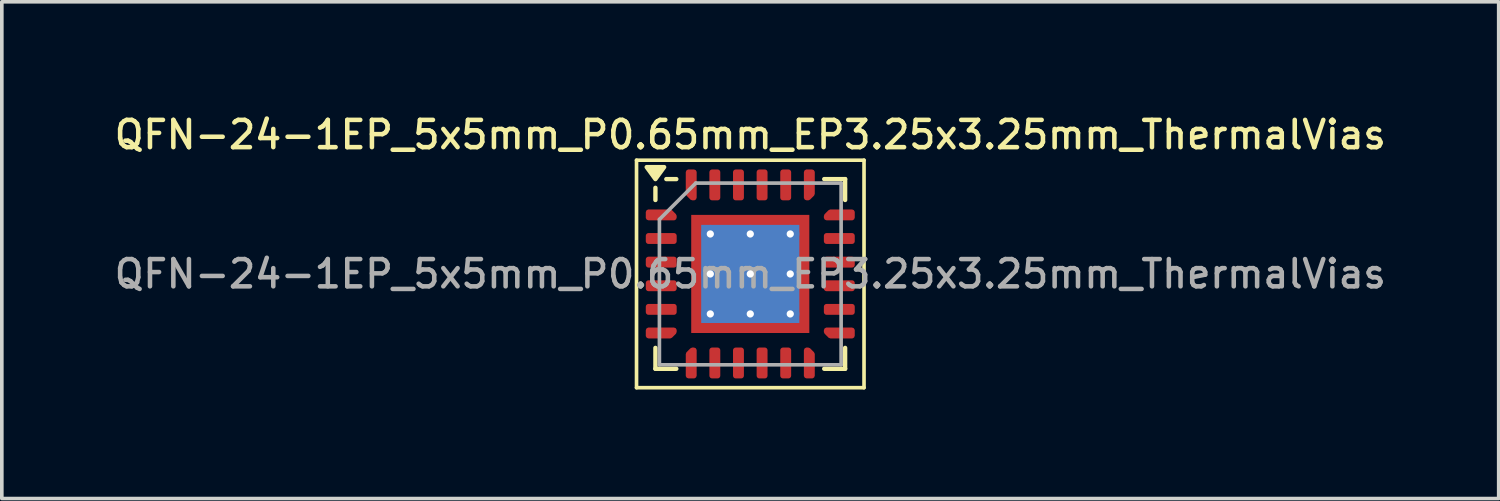
<source format=kicad_pcb>
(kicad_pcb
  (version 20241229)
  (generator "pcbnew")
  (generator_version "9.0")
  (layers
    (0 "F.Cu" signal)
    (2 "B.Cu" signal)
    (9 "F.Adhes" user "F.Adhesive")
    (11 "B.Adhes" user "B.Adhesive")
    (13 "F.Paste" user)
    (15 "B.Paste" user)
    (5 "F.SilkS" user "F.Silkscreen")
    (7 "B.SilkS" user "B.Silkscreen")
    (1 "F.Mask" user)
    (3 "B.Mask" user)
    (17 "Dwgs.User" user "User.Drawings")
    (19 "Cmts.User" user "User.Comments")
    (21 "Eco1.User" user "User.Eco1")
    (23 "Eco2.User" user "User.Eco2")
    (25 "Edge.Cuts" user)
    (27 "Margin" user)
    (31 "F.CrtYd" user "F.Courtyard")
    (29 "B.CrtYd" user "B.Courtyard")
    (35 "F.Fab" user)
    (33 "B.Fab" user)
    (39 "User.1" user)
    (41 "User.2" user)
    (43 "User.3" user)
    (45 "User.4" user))
  (footprint "QFN-24-1EP_5x5mm_P0.65mm_EP3.25x3.25mm_ThermalVias"
    (layer "F.Cu")
    (at 17.595 4.488)
    (property "Reference" "QFN-24-1EP_5x5mm_P0.65mm_EP3.25x3.25mm_ThermalVias" (at 0 -3.83 0) (layer "F.SilkS") (effects (font (size 0.75 0.75) (thickness 0.125))))
    (attr smd)
    (fp_line (start -3.13 -3.13) (end -3.13 3.13) (stroke (width 0.1) (type solid)) (layer "F.SilkS"))
    (fp_line (start -3.13 3.13) (end 3.13 3.13) (stroke (width 0.1) (type solid)) (layer "F.SilkS"))
    (fp_line (start -2.61 -2.035) (end -2.61 -2.37) (stroke (width 0.12) (type solid)) (layer "F.SilkS"))
    (fp_line (start -2.61 2.61) (end -2.61 2.035) (stroke (width 0.12) (type solid)) (layer "F.SilkS"))
    (fp_line (start -2.035 -2.61) (end -2.31 -2.61) (stroke (width 0.12) (type solid)) (layer "F.SilkS"))
    (fp_line (start -2.035 2.61) (end -2.61 2.61) (stroke (width 0.12) (type solid)) (layer "F.SilkS"))
    (fp_line (start 2.035 -2.61) (end 2.61 -2.61) (stroke (width 0.12) (type solid)) (layer "F.SilkS"))
    (fp_line (start 2.035 2.61) (end 2.61 2.61) (stroke (width 0.12) (type solid)) (layer "F.SilkS"))
    (fp_line (start 2.61 -2.61) (end 2.61 -2.035) (stroke (width 0.12) (type solid)) (layer "F.SilkS"))
    (fp_line (start 2.61 2.61) (end 2.61 2.035) (stroke (width 0.12) (type solid)) (layer "F.SilkS"))
    (fp_line (start 3.13 -3.13) (end -3.13 -3.13) (stroke (width 0.1) (type solid)) (layer "F.SilkS"))
    (fp_line (start 3.13 3.13) (end 3.13 -3.13) (stroke (width 0.1) (type solid)) (layer "F.SilkS"))
    (fp_poly (pts (xy -2.61 -2.61) (xy -2.85 -2.94) (xy -2.37 -2.94) (xy -2.61 -2.61)) (stroke (width 0.12) (type solid)) (fill yes) (layer "F.SilkS"))
    (fp_line (start -2.5 -1.5) (end -1.5 -2.5) (stroke (width 0.1) (type solid)) (layer "F.Fab"))
    (fp_line (start -2.5 2.5) (end -2.5 -1.5) (stroke (width 0.1) (type solid)) (layer "F.Fab"))
    (fp_line (start -1.5 -2.5) (end 2.5 -2.5) (stroke (width 0.1) (type solid)) (layer "F.Fab"))
    (fp_line (start 2.5 -2.5) (end 2.5 2.5) (stroke (width 0.1) (type solid)) (layer "F.Fab"))
    (fp_line (start 2.5 2.5) (end -2.5 2.5) (stroke (width 0.1) (type solid)) (layer "F.Fab"))
    (fp_text user "${REFERENCE}" (at 0 0 0) (layer "F.Fab") (effects (font (size 0.75 0.75) (thickness 0.125))))
    (pad "" smd custom (at -1.363 -1.363) (size 0.295 0.295) (layers "F.Paste") (options (anchor circle)) (primitives (gr_poly (pts (xy -0.106 -0.106) (xy 0.106 -0.106) (xy 0.106 -0.013) (xy -0.013 0.106) (xy -0.106 0.106)) (width 0.212) (fill yes))))
    (pad "" smd custom (at -1.363 -0.55) (size 0.335 0.335) (layers "F.Paste") (options (anchor circle)) (primitives (gr_poly (pts (xy -0.123 -0.355) (xy 0.05 -0.355) (xy 0.123 -0.281) (xy 0.123 0.281) (xy 0.05 0.355) (xy -0.123 0.355)) (width 0.177) (fill yes))))
    (pad "" smd custom (at -1.363 0.55) (size 0.335 0.335) (layers "F.Paste") (options (anchor circle)) (primitives (gr_poly (pts (xy -0.123 -0.355) (xy 0.05 -0.355) (xy 0.123 -0.281) (xy 0.123 0.281) (xy 0.05 0.355) (xy -0.123 0.355)) (width 0.177) (fill yes))))
    (pad "" smd custom (at -1.363 1.363) (size 0.295 0.295) (layers "F.Paste") (options (anchor circle)) (primitives (gr_poly (pts (xy -0.106 -0.106) (xy -0.013 -0.106) (xy 0.106 0.013) (xy 0.106 0.106) (xy -0.106 0.106)) (width 0.212) (fill yes))))
    (pad "" smd custom (at -0.55 -1.363) (size 0.335 0.335) (layers "F.Paste") (options (anchor circle)) (primitives (gr_poly (pts (xy -0.355 -0.123) (xy 0.355 -0.123) (xy 0.355 0.05) (xy 0.281 0.123) (xy -0.281 0.123) (xy -0.355 0.05)) (width 0.177) (fill yes))))
    (pad "" smd roundrect (at -0.55 -0.55) (size 0.887 0.887) (layers "F.Paste") (roundrect_rratio 0.25))
    (pad "" smd roundrect (at -0.55 0.55) (size 0.887 0.887) (layers "F.Paste") (roundrect_rratio 0.25))
    (pad "" smd custom (at -0.55 1.363) (size 0.335 0.335) (layers "F.Paste") (options (anchor circle)) (primitives (gr_poly (pts (xy -0.355 -0.05) (xy -0.281 -0.123) (xy 0.281 -0.123) (xy 0.355 -0.05) (xy 0.355 0.123) (xy -0.355 0.123)) (width 0.177) (fill yes))))
    (pad "" smd custom (at 0.55 -1.363) (size 0.335 0.335) (layers "F.Paste") (options (anchor circle)) (primitives (gr_poly (pts (xy -0.355 -0.123) (xy 0.355 -0.123) (xy 0.355 0.05) (xy 0.281 0.123) (xy -0.281 0.123) (xy -0.355 0.05)) (width 0.177) (fill yes))))
    (pad "" smd roundrect (at 0.55 -0.55) (size 0.887 0.887) (layers "F.Paste") (roundrect_rratio 0.25))
    (pad "" smd roundrect (at 0.55 0.55) (size 0.887 0.887) (layers "F.Paste") (roundrect_rratio 0.25))
    (pad "" smd custom (at 0.55 1.363) (size 0.335 0.335) (layers "F.Paste") (options (anchor circle)) (primitives (gr_poly (pts (xy -0.355 -0.05) (xy -0.281 -0.123) (xy 0.281 -0.123) (xy 0.355 -0.05) (xy 0.355 0.123) (xy -0.355 0.123)) (width 0.177) (fill yes))))
    (pad "" smd custom (at 1.363 -1.363) (size 0.295 0.295) (layers "F.Paste") (options (anchor circle)) (primitives (gr_poly (pts (xy -0.106 -0.106) (xy 0.106 -0.106) (xy 0.106 0.106) (xy 0.013 0.106) (xy -0.106 -0.013)) (width 0.212) (fill yes))))
    (pad "" smd custom (at 1.363 -0.55) (size 0.335 0.335) (layers "F.Paste") (options (anchor circle)) (primitives (gr_poly (pts (xy -0.123 -0.281) (xy -0.05 -0.355) (xy 0.123 -0.355) (xy 0.123 0.355) (xy -0.05 0.355) (xy -0.123 0.281)) (width 0.177) (fill yes))))
    (pad "" smd custom (at 1.363 0.55) (size 0.335 0.335) (layers "F.Paste") (options (anchor circle)) (primitives (gr_poly (pts (xy -0.123 -0.281) (xy -0.05 -0.355) (xy 0.123 -0.355) (xy 0.123 0.355) (xy -0.05 0.355) (xy -0.123 0.281)) (width 0.177) (fill yes))))
    (pad "" smd custom (at 1.363 1.363) (size 0.295 0.295) (layers "F.Paste") (options (anchor circle)) (primitives (gr_poly (pts (xy -0.106 0.013) (xy 0.013 -0.106) (xy 0.106 -0.106) (xy 0.106 0.106) (xy -0.106 0.106)) (width 0.212) (fill yes))))
    (pad "1" smd custom (at -2.45 -1.625) (size 0.194 0.194) (layers "F.Cu" "F.Mask" "F.Paste") (options (anchor circle)) (primitives (gr_poly (pts (xy -0.35 -0.075) (xy 0.244 -0.075) (xy 0.35 0.031) (xy 0.35 0.075) (xy -0.35 0.075)) (width 0.15) (fill yes))))
    (pad "2" smd roundrect (at -2.45 -0.975) (size 0.85 0.3) (layers "F.Cu" "F.Mask" "F.Paste") (roundrect_rratio 0.25))
    (pad "3" smd roundrect (at -2.45 -0.325) (size 0.85 0.3) (layers "F.Cu" "F.Mask" "F.Paste") (roundrect_rratio 0.25))
    (pad "4" smd roundrect (at -2.45 0.325) (size 0.85 0.3) (layers "F.Cu" "F.Mask" "F.Paste") (roundrect_rratio 0.25))
    (pad "5" smd roundrect (at -2.45 0.975) (size 0.85 0.3) (layers "F.Cu" "F.Mask" "F.Paste") (roundrect_rratio 0.25))
    (pad "6" smd custom (at -2.45 1.625) (size 0.194 0.194) (layers "F.Cu" "F.Mask" "F.Paste") (options (anchor circle)) (primitives (gr_poly (pts (xy -0.35 -0.075) (xy 0.35 -0.075) (xy 0.35 -0.031) (xy 0.244 0.075) (xy -0.35 0.075)) (width 0.15) (fill yes))))
    (pad "7" smd custom (at -1.625 2.45) (size 0.194 0.194) (layers "F.Cu" "F.Mask" "F.Paste") (options (anchor circle)) (primitives (gr_poly (pts (xy -0.075 -0.244) (xy 0.031 -0.35) (xy 0.075 -0.35) (xy 0.075 0.35) (xy -0.075 0.35)) (width 0.15) (fill yes))))
    (pad "8" smd roundrect (at -0.975 2.45) (size 0.3 0.85) (layers "F.Cu" "F.Mask" "F.Paste") (roundrect_rratio 0.25))
    (pad "9" smd roundrect (at -0.325 2.45) (size 0.3 0.85) (layers "F.Cu" "F.Mask" "F.Paste") (roundrect_rratio 0.25))
    (pad "10" smd roundrect (at 0.325 2.45) (size 0.3 0.85) (layers "F.Cu" "F.Mask" "F.Paste") (roundrect_rratio 0.25))
    (pad "11" smd roundrect (at 0.975 2.45) (size 0.3 0.85) (layers "F.Cu" "F.Mask" "F.Paste") (roundrect_rratio 0.25))
    (pad "12" smd custom (at 1.625 2.45) (size 0.194 0.194) (layers "F.Cu" "F.Mask" "F.Paste") (options (anchor circle)) (primitives (gr_poly (pts (xy -0.075 -0.35) (xy -0.031 -0.35) (xy 0.075 -0.244) (xy 0.075 0.35) (xy -0.075 0.35)) (width 0.15) (fill yes))))
    (pad "13" smd custom (at 2.45 1.625) (size 0.194 0.194) (layers "F.Cu" "F.Mask" "F.Paste") (options (anchor circle)) (primitives (gr_poly (pts (xy -0.35 -0.075) (xy 0.35 -0.075) (xy 0.35 0.075) (xy -0.244 0.075) (xy -0.35 -0.031)) (width 0.15) (fill yes))))
    (pad "14" smd roundrect (at 2.45 0.975) (size 0.85 0.3) (layers "F.Cu" "F.Mask" "F.Paste") (roundrect_rratio 0.25))
    (pad "15" smd roundrect (at 2.45 0.325) (size 0.85 0.3) (layers "F.Cu" "F.Mask" "F.Paste") (roundrect_rratio 0.25))
    (pad "16" smd roundrect (at 2.45 -0.325) (size 0.85 0.3) (layers "F.Cu" "F.Mask" "F.Paste") (roundrect_rratio 0.25))
    (pad "17" smd roundrect (at 2.45 -0.975) (size 0.85 0.3) (layers "F.Cu" "F.Mask" "F.Paste") (roundrect_rratio 0.25))
    (pad "18" smd custom (at 2.45 -1.625) (size 0.194 0.194) (layers "F.Cu" "F.Mask" "F.Paste") (options (anchor circle)) (primitives (gr_poly (pts (xy -0.35 0.031) (xy -0.244 -0.075) (xy 0.35 -0.075) (xy 0.35 0.075) (xy -0.35 0.075)) (width 0.15) (fill yes))))
    (pad "19" smd custom (at 1.625 -2.45) (size 0.194 0.194) (layers "F.Cu" "F.Mask" "F.Paste") (options (anchor circle)) (primitives (gr_poly (pts (xy -0.075 -0.35) (xy 0.075 -0.35) (xy 0.075 0.244) (xy -0.031 0.35) (xy -0.075 0.35)) (width 0.15) (fill yes))))
    (pad "20" smd roundrect (at 0.975 -2.45) (size 0.3 0.85) (layers "F.Cu" "F.Mask" "F.Paste") (roundrect_rratio 0.25))
    (pad "21" smd roundrect (at 0.325 -2.45) (size 0.3 0.85) (layers "F.Cu" "F.Mask" "F.Paste") (roundrect_rratio 0.25))
    (pad "22" smd roundrect (at -0.325 -2.45) (size 0.3 0.85) (layers "F.Cu" "F.Mask" "F.Paste") (roundrect_rratio 0.25))
    (pad "23" smd roundrect (at -0.975 -2.45) (size 0.3 0.85) (layers "F.Cu" "F.Mask" "F.Paste") (roundrect_rratio 0.25))
    (pad "24" smd custom (at -1.625 -2.45) (size 0.194 0.194) (layers "F.Cu" "F.Mask" "F.Paste") (options (anchor circle)) (primitives (gr_poly (pts (xy -0.075 -0.35) (xy 0.075 -0.35) (xy 0.075 0.35) (xy 0.031 0.35) (xy -0.075 0.244)) (width 0.15) (fill yes))))
    (pad "25" thru_hole circle (at -1.1 -1.1) (size 0.5 0.5) (drill 0.2) (property pad_prop_heatsink) (layers "*.Cu"))
    (pad "25" thru_hole circle (at -1.1 0) (size 0.5 0.5) (drill 0.2) (property pad_prop_heatsink) (layers "*.Cu"))
    (pad "25" thru_hole circle (at -1.1 1.1) (size 0.5 0.5) (drill 0.2) (property pad_prop_heatsink) (layers "*.Cu"))
    (pad "25" thru_hole circle (at 0 -1.1) (size 0.5 0.5) (drill 0.2) (property pad_prop_heatsink) (layers "*.Cu"))
    (pad "25" thru_hole circle (at 0 0) (size 0.5 0.5) (drill 0.2) (property pad_prop_heatsink) (layers "*.Cu"))
    (pad "25" smd rect (at 0 0) (size 2.7 2.7) (property pad_prop_heatsink) (layers "B.Cu"))
    (pad "25" smd rect (at 0 0) (size 3.25 3.25) (property pad_prop_heatsink) (layers "F.Cu" "F.Mask"))
    (pad "25" thru_hole circle (at 0 1.1) (size 0.5 0.5) (drill 0.2) (property pad_prop_heatsink) (layers "*.Cu"))
    (pad "25" thru_hole circle (at 1.1 -1.1) (size 0.5 0.5) (drill 0.2) (property pad_prop_heatsink) (layers "*.Cu"))
    (pad "25" thru_hole circle (at 1.1 0) (size 0.5 0.5) (drill 0.2) (property pad_prop_heatsink) (layers "*.Cu"))
    (pad "25" thru_hole circle (at 1.1 1.1) (size 0.5 0.5) (drill 0.2) (property pad_prop_heatsink) (layers "*.Cu")))
  (gr_rect
    (start -3 -3)
    (end 38.189 10.668)
    (stroke (width 0.1) (type default))
    (fill no)
    (layer "Edge.Cuts")))
</source>
